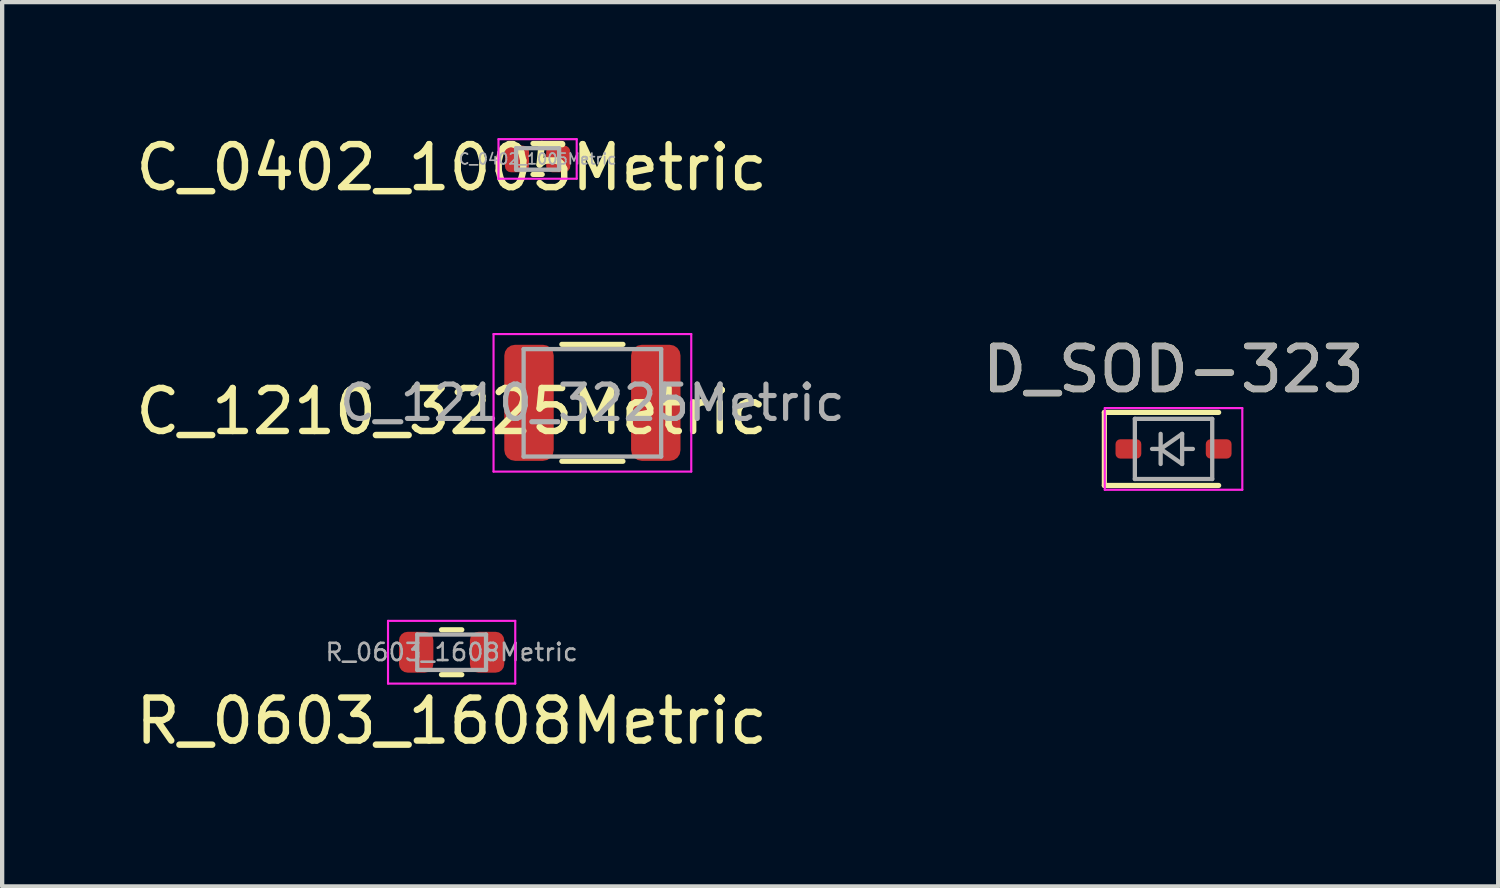
<source format=kicad_pcb>
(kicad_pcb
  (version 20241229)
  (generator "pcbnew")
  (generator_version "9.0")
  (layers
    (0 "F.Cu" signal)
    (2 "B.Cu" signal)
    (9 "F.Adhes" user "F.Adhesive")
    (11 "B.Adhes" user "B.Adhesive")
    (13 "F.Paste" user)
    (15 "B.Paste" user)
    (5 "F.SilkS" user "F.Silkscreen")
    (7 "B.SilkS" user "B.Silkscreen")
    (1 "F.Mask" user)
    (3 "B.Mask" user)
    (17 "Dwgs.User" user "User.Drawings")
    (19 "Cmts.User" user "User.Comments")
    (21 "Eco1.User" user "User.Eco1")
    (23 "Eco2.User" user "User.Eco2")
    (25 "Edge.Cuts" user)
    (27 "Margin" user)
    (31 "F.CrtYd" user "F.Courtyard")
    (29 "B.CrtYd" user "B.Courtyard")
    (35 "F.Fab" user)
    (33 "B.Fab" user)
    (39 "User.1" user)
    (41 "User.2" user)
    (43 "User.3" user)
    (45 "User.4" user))
  (footprint "D_SOD-323"
    (layer "F.Cu")
    (at 24.254 7.395)
    (property "Reference" "D_SOD-323" (at 0 -1.85 180) (layer "F.SilkS") (effects (font (size 1 1) (thickness 0.15))))
    (attr smd)
    (fp_line (start -1.61 -0.85) (end -1.61 0.85) (stroke (width 0.12) (type solid)) (layer "F.SilkS"))
    (fp_line (start -1.61 -0.85) (end 1.05 -0.85) (stroke (width 0.12) (type solid)) (layer "F.SilkS"))
    (fp_line (start -1.61 0.85) (end 1.05 0.85) (stroke (width 0.12) (type solid)) (layer "F.SilkS"))
    (fp_line (start -1.6 -0.95) (end -1.6 0.95) (stroke (width 0.05) (type solid)) (layer "F.CrtYd"))
    (fp_line (start -1.6 -0.95) (end 1.6 -0.95) (stroke (width 0.05) (type solid)) (layer "F.CrtYd"))
    (fp_line (start -1.6 0.95) (end 1.6 0.95) (stroke (width 0.05) (type solid)) (layer "F.CrtYd"))
    (fp_line (start 1.6 -0.95) (end 1.6 0.95) (stroke (width 0.05) (type solid)) (layer "F.CrtYd"))
    (fp_line (start -0.9 -0.7) (end 0.9 -0.7) (stroke (width 0.1) (type solid)) (layer "F.Fab"))
    (fp_line (start -0.9 0.7) (end -0.9 -0.7) (stroke (width 0.1) (type solid)) (layer "F.Fab"))
    (fp_line (start -0.3 -0.35) (end -0.3 0.35) (stroke (width 0.1) (type solid)) (layer "F.Fab"))
    (fp_line (start -0.3 0) (end -0.5 0) (stroke (width 0.1) (type solid)) (layer "F.Fab"))
    (fp_line (start -0.3 0) (end 0.2 -0.35) (stroke (width 0.1) (type solid)) (layer "F.Fab"))
    (fp_line (start 0.2 -0.35) (end 0.2 0.35) (stroke (width 0.1) (type solid)) (layer "F.Fab"))
    (fp_line (start 0.2 0) (end 0.45 0) (stroke (width 0.1) (type solid)) (layer "F.Fab"))
    (fp_line (start 0.2 0.35) (end -0.3 0) (stroke (width 0.1) (type solid)) (layer "F.Fab"))
    (fp_line (start 0.9 -0.7) (end 0.9 0.7) (stroke (width 0.1) (type solid)) (layer "F.Fab"))
    (fp_line (start 0.9 0.7) (end -0.9 0.7) (stroke (width 0.1) (type solid)) (layer "F.Fab"))
    (fp_text user "${REFERENCE}" (at 0 -1.85 180) (layer "F.Fab") (effects (font (size 1 1) (thickness 0.15))))
    (pad "1" smd roundrect (at -1.05 0) (size 0.6 0.45) (layers "F.Cu" "F.Mask" "F.Paste") (roundrect_rratio 0.25))
    (pad "2" smd roundrect (at 1.05 0) (size 0.6 0.45) (layers "F.Cu" "F.Mask" "F.Paste") (roundrect_rratio 0.25)))
  (footprint "C_1210_3225Metric"
    (layer "F.Cu")
    (at 10.733 6.322)
    (property "Reference" "C_1210_3225Metric" (at -3.275 0.2 180) (layer "F.SilkS") (effects (font (size 1 1) (thickness 0.15))))
    (attr smd)
    (fp_line (start -0.711 -1.36) (end 0.711 -1.36) (stroke (width 0.12) (type solid)) (layer "F.SilkS"))
    (fp_line (start -0.711 1.36) (end 0.711 1.36) (stroke (width 0.12) (type solid)) (layer "F.SilkS"))
    (fp_line (start -2.3 -1.6) (end 2.3 -1.6) (stroke (width 0.05) (type solid)) (layer "F.CrtYd"))
    (fp_line (start -2.3 1.6) (end -2.3 -1.6) (stroke (width 0.05) (type solid)) (layer "F.CrtYd"))
    (fp_line (start 2.3 -1.6) (end 2.3 1.6) (stroke (width 0.05) (type solid)) (layer "F.CrtYd"))
    (fp_line (start 2.3 1.6) (end -2.3 1.6) (stroke (width 0.05) (type solid)) (layer "F.CrtYd"))
    (fp_line (start -1.6 -1.25) (end 1.6 -1.25) (stroke (width 0.1) (type solid)) (layer "F.Fab"))
    (fp_line (start -1.6 1.25) (end -1.6 -1.25) (stroke (width 0.1) (type solid)) (layer "F.Fab"))
    (fp_line (start 1.6 -1.25) (end 1.6 1.25) (stroke (width 0.1) (type solid)) (layer "F.Fab"))
    (fp_line (start 1.6 1.25) (end -1.6 1.25) (stroke (width 0.1) (type solid)) (layer "F.Fab"))
    (fp_text user "${REFERENCE}" (at 0 0 180) (layer "F.Fab") (effects (font (size 0.8 0.8) (thickness 0.12))))
    (pad "1" smd roundrect (at -1.475 0) (size 1.15 2.7) (layers "F.Cu" "F.Mask" "F.Paste") (roundrect_rratio 0.217))
    (pad "2" smd roundrect (at 1.475 0) (size 1.15 2.7) (layers "F.Cu" "F.Mask" "F.Paste") (roundrect_rratio 0.217)))
  (footprint "R_0603_1608Metric"
    (layer "F.Cu")
    (at 7.458 12.125)
    (property "Reference" "R_0603_1608Metric" (at 0 1.6 0) (layer "F.SilkS") (effects (font (size 1 1) (thickness 0.15))))
    (attr smd)
    (fp_line (start -0.237 -0.522) (end 0.237 -0.522) (stroke (width 0.12) (type solid)) (layer "F.SilkS"))
    (fp_line (start -0.237 0.522) (end 0.237 0.522) (stroke (width 0.12) (type solid)) (layer "F.SilkS"))
    (fp_line (start -1.48 -0.73) (end 1.48 -0.73) (stroke (width 0.05) (type solid)) (layer "F.CrtYd"))
    (fp_line (start -1.48 0.73) (end -1.48 -0.73) (stroke (width 0.05) (type solid)) (layer "F.CrtYd"))
    (fp_line (start 1.48 -0.73) (end 1.48 0.73) (stroke (width 0.05) (type solid)) (layer "F.CrtYd"))
    (fp_line (start 1.48 0.73) (end -1.48 0.73) (stroke (width 0.05) (type solid)) (layer "F.CrtYd"))
    (fp_line (start -0.8 -0.412) (end 0.8 -0.412) (stroke (width 0.1) (type solid)) (layer "F.Fab"))
    (fp_line (start -0.8 0.412) (end -0.8 -0.412) (stroke (width 0.1) (type solid)) (layer "F.Fab"))
    (fp_line (start 0.8 -0.412) (end 0.8 0.412) (stroke (width 0.1) (type solid)) (layer "F.Fab"))
    (fp_line (start 0.8 0.412) (end -0.8 0.412) (stroke (width 0.1) (type solid)) (layer "F.Fab"))
    (fp_text user "${REFERENCE}" (at 0 0 0) (layer "F.Fab") (effects (font (size 0.4 0.4) (thickness 0.06))))
    (pad "1" smd roundrect (at -0.825 0) (size 0.8 0.95) (layers "F.Cu" "F.Mask" "F.Paste") (roundrect_rratio 0.25))
    (pad "2" smd roundrect (at 0.825 0) (size 0.8 0.95) (layers "F.Cu" "F.Mask" "F.Paste") (roundrect_rratio 0.25)))
  (footprint "C_0402_1005Metric"
    (layer "F.Cu")
    (at 9.458 0.648)
    (property "Reference" "C_0402_1005Metric" (at -2 0.2 0) (layer "F.SilkS") (effects (font (size 1 1) (thickness 0.15))))
    (attr smd)
    (fp_line (start -0.108 -0.36) (end 0.108 -0.36) (stroke (width 0.12) (type solid)) (layer "F.SilkS"))
    (fp_line (start -0.108 0.36) (end 0.108 0.36) (stroke (width 0.12) (type solid)) (layer "F.SilkS"))
    (fp_line (start -0.91 -0.46) (end 0.91 -0.46) (stroke (width 0.05) (type solid)) (layer "F.CrtYd"))
    (fp_line (start -0.91 0.46) (end -0.91 -0.46) (stroke (width 0.05) (type solid)) (layer "F.CrtYd"))
    (fp_line (start 0.91 -0.46) (end 0.91 0.46) (stroke (width 0.05) (type solid)) (layer "F.CrtYd"))
    (fp_line (start 0.91 0.46) (end -0.91 0.46) (stroke (width 0.05) (type solid)) (layer "F.CrtYd"))
    (fp_line (start -0.5 -0.25) (end 0.5 -0.25) (stroke (width 0.1) (type solid)) (layer "F.Fab"))
    (fp_line (start -0.5 0.25) (end -0.5 -0.25) (stroke (width 0.1) (type solid)) (layer "F.Fab"))
    (fp_line (start 0.5 -0.25) (end 0.5 0.25) (stroke (width 0.1) (type solid)) (layer "F.Fab"))
    (fp_line (start 0.5 0.25) (end -0.5 0.25) (stroke (width 0.1) (type solid)) (layer "F.Fab"))
    (fp_text user "${REFERENCE}" (at 0 0 0) (layer "F.Fab") (effects (font (size 0.25 0.25) (thickness 0.04))))
    (pad "1" smd roundrect (at -0.48 0) (size 0.56 0.62) (layers "F.Cu" "F.Mask" "F.Paste") (roundrect_rratio 0.25))
    (pad "2" smd roundrect (at 0.48 0) (size 0.56 0.62) (layers "F.Cu" "F.Mask" "F.Paste") (roundrect_rratio 0.25)))
  (gr_rect
    (start -3 -3)
    (end 31.807 17.573)
    (stroke (width 0.1) (type default))
    (fill no)
    (layer "Edge.Cuts")))
</source>
